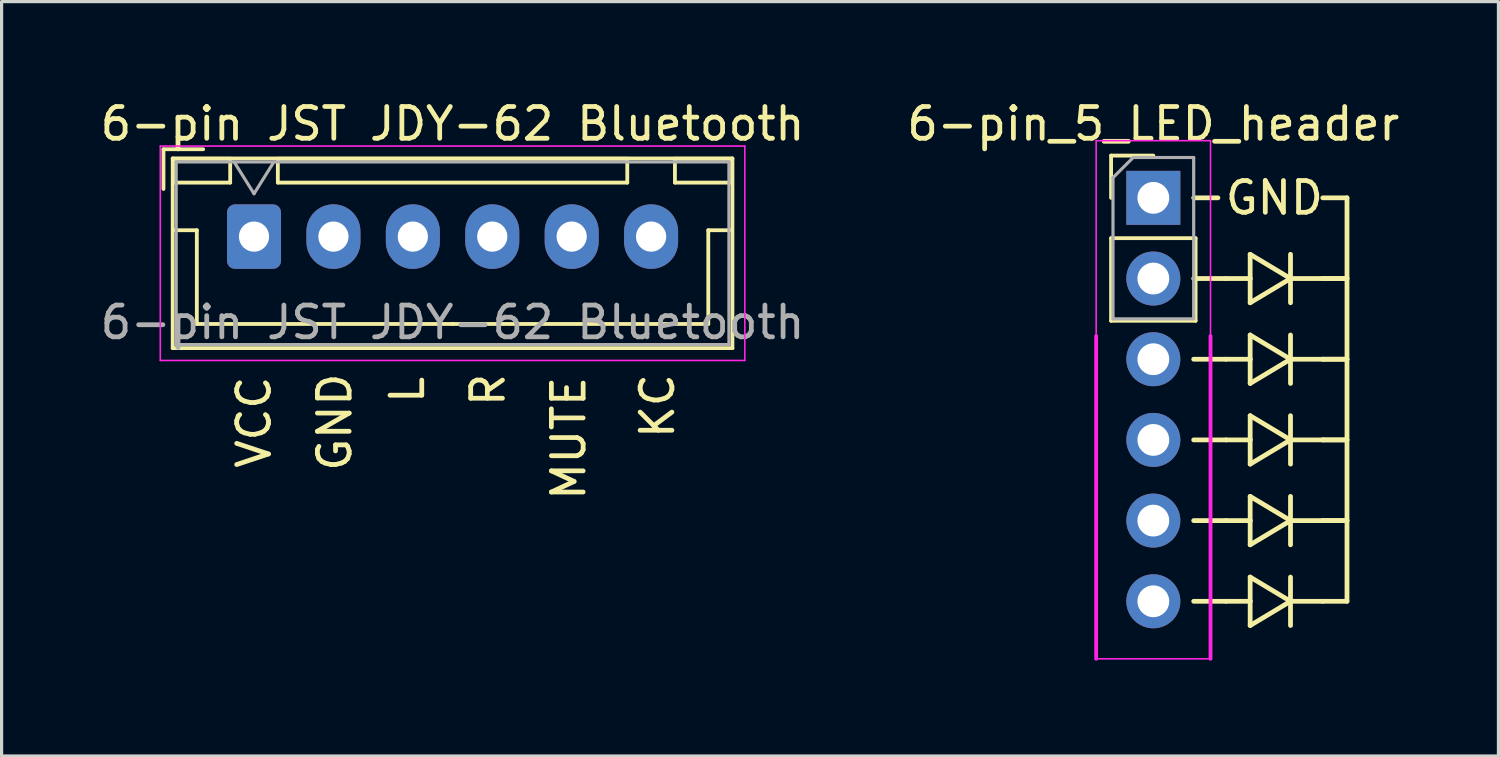
<source format=kicad_pcb>
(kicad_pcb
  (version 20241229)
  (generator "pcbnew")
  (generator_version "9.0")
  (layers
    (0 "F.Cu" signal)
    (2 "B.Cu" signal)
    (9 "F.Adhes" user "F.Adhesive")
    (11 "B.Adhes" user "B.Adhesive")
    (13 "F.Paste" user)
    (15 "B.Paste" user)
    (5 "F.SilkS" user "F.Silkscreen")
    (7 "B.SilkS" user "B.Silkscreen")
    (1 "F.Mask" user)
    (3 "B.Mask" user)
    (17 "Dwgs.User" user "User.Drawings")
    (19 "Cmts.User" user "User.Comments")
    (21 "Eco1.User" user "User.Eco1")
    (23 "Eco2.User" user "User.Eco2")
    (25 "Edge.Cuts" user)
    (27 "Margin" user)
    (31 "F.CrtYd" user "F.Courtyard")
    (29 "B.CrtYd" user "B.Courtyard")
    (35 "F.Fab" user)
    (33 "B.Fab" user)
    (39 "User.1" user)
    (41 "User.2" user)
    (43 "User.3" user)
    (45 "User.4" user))
  (footprint "6-pin JST JDY-62 Bluetooth"
    (layer "F.Cu")
    (at 4.946 4.398)
    (property "Reference" "6-pin JST JDY-62 Bluetooth" (at 6.25 -3.55 0) (layer "F.SilkS") (effects (font (size 1 1) (thickness 0.15))))
    (attr through_hole)
    (fp_line (start -2.85 -2.75) (end -2.85 -1.5) (stroke (width 0.12) (type solid)) (layer "F.SilkS"))
    (fp_line (start -2.56 -2.46) (end -2.56 3.51) (stroke (width 0.12) (type solid)) (layer "F.SilkS"))
    (fp_line (start -2.56 3.51) (end 15.06 3.51) (stroke (width 0.12) (type solid)) (layer "F.SilkS"))
    (fp_line (start -2.55 -2.45) (end -2.55 -1.7) (stroke (width 0.12) (type solid)) (layer "F.SilkS"))
    (fp_line (start -2.55 -1.7) (end -0.75 -1.7) (stroke (width 0.12) (type solid)) (layer "F.SilkS"))
    (fp_line (start -2.55 -0.2) (end -1.8 -0.2) (stroke (width 0.12) (type solid)) (layer "F.SilkS"))
    (fp_line (start -1.8 -0.2) (end -1.8 2.75) (stroke (width 0.12) (type solid)) (layer "F.SilkS"))
    (fp_line (start -1.8 2.75) (end 6.25 2.75) (stroke (width 0.12) (type solid)) (layer "F.SilkS"))
    (fp_line (start -1.6 -2.75) (end -2.85 -2.75) (stroke (width 0.12) (type solid)) (layer "F.SilkS"))
    (fp_line (start -0.75 -2.45) (end -2.55 -2.45) (stroke (width 0.12) (type solid)) (layer "F.SilkS"))
    (fp_line (start -0.75 -1.7) (end -0.75 -2.45) (stroke (width 0.12) (type solid)) (layer "F.SilkS"))
    (fp_line (start 0.75 -2.45) (end 0.75 -1.7) (stroke (width 0.12) (type solid)) (layer "F.SilkS"))
    (fp_line (start 0.75 -1.7) (end 11.75 -1.7) (stroke (width 0.12) (type solid)) (layer "F.SilkS"))
    (fp_line (start 11.75 -2.45) (end 0.75 -2.45) (stroke (width 0.12) (type solid)) (layer "F.SilkS"))
    (fp_line (start 11.75 -1.7) (end 11.75 -2.45) (stroke (width 0.12) (type solid)) (layer "F.SilkS"))
    (fp_line (start 13.25 -2.45) (end 13.25 -1.7) (stroke (width 0.12) (type solid)) (layer "F.SilkS"))
    (fp_line (start 13.25 -1.7) (end 15.05 -1.7) (stroke (width 0.12) (type solid)) (layer "F.SilkS"))
    (fp_line (start 14.3 -0.2) (end 14.3 2.75) (stroke (width 0.12) (type solid)) (layer "F.SilkS"))
    (fp_line (start 14.3 2.75) (end 6.25 2.75) (stroke (width 0.12) (type solid)) (layer "F.SilkS"))
    (fp_line (start 15.05 -2.45) (end 13.25 -2.45) (stroke (width 0.12) (type solid)) (layer "F.SilkS"))
    (fp_line (start 15.05 -1.7) (end 15.05 -2.45) (stroke (width 0.12) (type solid)) (layer "F.SilkS"))
    (fp_line (start 15.05 -0.2) (end 14.3 -0.2) (stroke (width 0.12) (type solid)) (layer "F.SilkS"))
    (fp_line (start 15.06 -2.46) (end -2.56 -2.46) (stroke (width 0.12) (type solid)) (layer "F.SilkS"))
    (fp_line (start 15.06 3.51) (end 15.06 -2.46) (stroke (width 0.12) (type solid)) (layer "F.SilkS"))
    (fp_line (start -2.95 -2.85) (end -2.95 3.9) (stroke (width 0.05) (type solid)) (layer "F.CrtYd"))
    (fp_line (start -2.95 3.9) (end 15.45 3.9) (stroke (width 0.05) (type solid)) (layer "F.CrtYd"))
    (fp_line (start 15.45 -2.85) (end -2.95 -2.85) (stroke (width 0.05) (type solid)) (layer "F.CrtYd"))
    (fp_line (start 15.45 3.9) (end 15.45 -2.85) (stroke (width 0.05) (type solid)) (layer "F.CrtYd"))
    (fp_line (start -2.45 -2.35) (end -2.45 3.4) (stroke (width 0.1) (type solid)) (layer "F.Fab"))
    (fp_line (start -2.45 3.4) (end 14.95 3.4) (stroke (width 0.1) (type solid)) (layer "F.Fab"))
    (fp_line (start -0.625 -2.35) (end 0 -1.35) (stroke (width 0.1) (type solid)) (layer "F.Fab"))
    (fp_line (start 0 -1.35) (end 0.625 -2.35) (stroke (width 0.1) (type solid)) (layer "F.Fab"))
    (fp_line (start 14.95 -2.35) (end -2.45 -2.35) (stroke (width 0.1) (type solid)) (layer "F.Fab"))
    (fp_line (start 14.95 3.4) (end 14.95 -2.35) (stroke (width 0.1) (type solid)) (layer "F.Fab"))
    (fp_text user "MUTE" (at 9.906 6.35 90) (unlocked yes) (layer "F.SilkS") (effects (font (size 1 1) (thickness 0.15))))
    (fp_text user "KC" (at 12.7 5.334 90) (unlocked yes) (layer "F.SilkS") (effects (font (size 1 1) (thickness 0.15))))
    (fp_text user "R" (at 7.366 4.826 90) (unlocked yes) (layer "F.SilkS") (effects (font (size 1 1) (thickness 0.15))))
    (fp_text user "GND" (at 2.54 5.842 90) (unlocked yes) (layer "F.SilkS") (effects (font (size 1 1) (thickness 0.15))))
    (fp_text user "VCC" (at 0 5.842 90) (unlocked yes) (layer "F.SilkS") (effects (font (size 1 1) (thickness 0.15))))
    (fp_text user "L" (at 4.826 4.826 90) (unlocked yes) (layer "F.SilkS") (effects (font (size 1 1) (thickness 0.15))))
    (fp_text user "${REFERENCE}" (at 6.25 2.7 0) (layer "F.Fab") (effects (font (size 1 1) (thickness 0.15))))
    (pad "1" thru_hole roundrect (at 0 0) (size 1.7 2.032) (drill 0.95) (layers "*.Cu" "*.Mask") (roundrect_rratio 0.147))
    (pad "2" thru_hole oval (at 2.5 0) (size 1.7 2.032) (drill 0.95) (layers "*.Cu" "*.Mask"))
    (pad "3" thru_hole oval (at 5 0) (size 1.7 2.032) (drill 0.95) (layers "*.Cu" "*.Mask"))
    (pad "4" thru_hole oval (at 7.5 0) (size 1.7 2.032) (drill 0.95) (layers "*.Cu" "*.Mask"))
    (pad "5" thru_hole oval (at 10 0) (size 1.7 2.032) (drill 0.95) (layers "*.Cu" "*.Mask"))
    (pad "6" thru_hole oval (at 12.5 0) (size 1.7 2.032) (drill 0.95) (layers "*.Cu" "*.Mask")))
  (footprint "6-pin_5_LED_header"
    (layer "F.Cu")
    (at 33.256 3.178)
    (property "Reference" "6-pin_5_LED_header" (at 0 -2.33 0) (layer "F.SilkS") (effects (font (size 1 1) (thickness 0.15))))
    (attr through_hole)
    (fp_line (start -1.33 -1.33) (end 0 -1.33) (stroke (width 0.12) (type solid)) (layer "F.SilkS"))
    (fp_line (start -1.33 0) (end -1.33 -1.33) (stroke (width 0.12) (type solid)) (layer "F.SilkS"))
    (fp_line (start -1.33 1.27) (end -1.33 3.87) (stroke (width 0.12) (type solid)) (layer "F.SilkS"))
    (fp_line (start -1.33 1.27) (end 1.33 1.27) (stroke (width 0.12) (type solid)) (layer "F.SilkS"))
    (fp_line (start -1.33 3.87) (end 1.33 3.87) (stroke (width 0.12) (type solid)) (layer "F.SilkS"))
    (fp_line (start 1.27 0) (end 2.032 0) (stroke (width 0.15) (type solid)) (layer "F.SilkS"))
    (fp_line (start 1.27 2.54) (end 2.286 2.54) (stroke (width 0.15) (type solid)) (layer "F.SilkS"))
    (fp_line (start 1.27 5.08) (end 2.286 5.08) (stroke (width 0.15) (type solid)) (layer "F.SilkS"))
    (fp_line (start 1.27 7.62) (end 2.286 7.62) (stroke (width 0.15) (type solid)) (layer "F.SilkS"))
    (fp_line (start 1.27 10.16) (end 2.286 10.16) (stroke (width 0.15) (type solid)) (layer "F.SilkS"))
    (fp_line (start 1.33 1.27) (end 1.33 3.87) (stroke (width 0.12) (type solid)) (layer "F.SilkS"))
    (fp_line (start 2.286 12.7) (end 1.27 12.7) (stroke (width 0.15) (type solid)) (layer "F.SilkS"))
    (fp_line (start 3.048 1.778) (end 4.318 2.54) (stroke (width 0.15) (type solid)) (layer "F.SilkS"))
    (fp_line (start 3.048 2.54) (end 2.286 2.54) (stroke (width 0.15) (type solid)) (layer "F.SilkS"))
    (fp_line (start 3.048 2.54) (end 3.048 1.778) (stroke (width 0.15) (type solid)) (layer "F.SilkS"))
    (fp_line (start 3.048 3.302) (end 3.048 2.54) (stroke (width 0.15) (type solid)) (layer "F.SilkS"))
    (fp_line (start 3.048 4.318) (end 4.318 5.08) (stroke (width 0.15) (type solid)) (layer "F.SilkS"))
    (fp_line (start 3.048 5.08) (end 2.286 5.08) (stroke (width 0.15) (type solid)) (layer "F.SilkS"))
    (fp_line (start 3.048 5.08) (end 3.048 4.318) (stroke (width 0.15) (type solid)) (layer "F.SilkS"))
    (fp_line (start 3.048 5.842) (end 3.048 5.08) (stroke (width 0.15) (type solid)) (layer "F.SilkS"))
    (fp_line (start 3.048 6.858) (end 4.318 7.62) (stroke (width 0.15) (type solid)) (layer "F.SilkS"))
    (fp_line (start 3.048 7.62) (end 2.286 7.62) (stroke (width 0.15) (type solid)) (layer "F.SilkS"))
    (fp_line (start 3.048 7.62) (end 3.048 6.858) (stroke (width 0.15) (type solid)) (layer "F.SilkS"))
    (fp_line (start 3.048 8.382) (end 3.048 7.62) (stroke (width 0.15) (type solid)) (layer "F.SilkS"))
    (fp_line (start 3.048 9.398) (end 4.318 10.16) (stroke (width 0.15) (type solid)) (layer "F.SilkS"))
    (fp_line (start 3.048 10.16) (end 2.286 10.16) (stroke (width 0.15) (type solid)) (layer "F.SilkS"))
    (fp_line (start 3.048 10.16) (end 3.048 9.398) (stroke (width 0.15) (type solid)) (layer "F.SilkS"))
    (fp_line (start 3.048 10.922) (end 3.048 10.16) (stroke (width 0.15) (type solid)) (layer "F.SilkS"))
    (fp_line (start 3.048 11.938) (end 4.318 12.7) (stroke (width 0.15) (type solid)) (layer "F.SilkS"))
    (fp_line (start 3.048 12.7) (end 2.286 12.7) (stroke (width 0.15) (type solid)) (layer "F.SilkS"))
    (fp_line (start 3.048 12.7) (end 3.048 11.938) (stroke (width 0.15) (type solid)) (layer "F.SilkS"))
    (fp_line (start 3.048 13.462) (end 3.048 12.7) (stroke (width 0.15) (type solid)) (layer "F.SilkS"))
    (fp_line (start 4.318 1.778) (end 4.318 3.302) (stroke (width 0.15) (type solid)) (layer "F.SilkS"))
    (fp_line (start 4.318 2.54) (end 3.048 3.302) (stroke (width 0.15) (type solid)) (layer "F.SilkS"))
    (fp_line (start 4.318 2.54) (end 5.334 2.54) (stroke (width 0.15) (type solid)) (layer "F.SilkS"))
    (fp_line (start 4.318 4.318) (end 4.318 5.842) (stroke (width 0.15) (type solid)) (layer "F.SilkS"))
    (fp_line (start 4.318 5.08) (end 3.048 5.842) (stroke (width 0.15) (type solid)) (layer "F.SilkS"))
    (fp_line (start 4.318 5.08) (end 5.334 5.08) (stroke (width 0.15) (type solid)) (layer "F.SilkS"))
    (fp_line (start 4.318 6.858) (end 4.318 8.382) (stroke (width 0.15) (type solid)) (layer "F.SilkS"))
    (fp_line (start 4.318 7.62) (end 3.048 8.382) (stroke (width 0.15) (type solid)) (layer "F.SilkS"))
    (fp_line (start 4.318 7.62) (end 5.334 7.62) (stroke (width 0.15) (type solid)) (layer "F.SilkS"))
    (fp_line (start 4.318 9.398) (end 4.318 10.922) (stroke (width 0.15) (type solid)) (layer "F.SilkS"))
    (fp_line (start 4.318 10.16) (end 3.048 10.922) (stroke (width 0.15) (type solid)) (layer "F.SilkS"))
    (fp_line (start 4.318 10.16) (end 5.334 10.16) (stroke (width 0.15) (type solid)) (layer "F.SilkS"))
    (fp_line (start 4.318 11.938) (end 4.318 13.462) (stroke (width 0.15) (type solid)) (layer "F.SilkS"))
    (fp_line (start 4.318 12.7) (end 3.048 13.462) (stroke (width 0.15) (type solid)) (layer "F.SilkS"))
    (fp_line (start 4.318 12.7) (end 5.334 12.7) (stroke (width 0.15) (type solid)) (layer "F.SilkS"))
    (fp_line (start 5.334 0) (end 6.096 0) (stroke (width 0.15) (type solid)) (layer "F.SilkS"))
    (fp_line (start 6.096 0) (end 6.096 12.7) (stroke (width 0.15) (type solid)) (layer "F.SilkS"))
    (fp_line (start 6.096 2.54) (end 5.334 2.54) (stroke (width 0.15) (type solid)) (layer "F.SilkS"))
    (fp_line (start 6.096 2.54) (end 5.334 2.54) (stroke (width 0.15) (type solid)) (layer "F.SilkS"))
    (fp_line (start 6.096 5.08) (end 5.334 5.08) (stroke (width 0.15) (type solid)) (layer "F.SilkS"))
    (fp_line (start 6.096 5.08) (end 5.334 5.08) (stroke (width 0.15) (type solid)) (layer "F.SilkS"))
    (fp_line (start 6.096 7.62) (end 5.334 7.62) (stroke (width 0.15) (type solid)) (layer "F.SilkS"))
    (fp_line (start 6.096 7.62) (end 5.334 7.62) (stroke (width 0.15) (type solid)) (layer "F.SilkS"))
    (fp_line (start 6.096 10.16) (end 5.334 10.16) (stroke (width 0.15) (type solid)) (layer "F.SilkS"))
    (fp_line (start 6.096 10.16) (end 5.334 10.16) (stroke (width 0.15) (type solid)) (layer "F.SilkS"))
    (fp_line (start 6.096 12.7) (end 5.334 12.7) (stroke (width 0.15) (type solid)) (layer "F.SilkS"))
    (fp_line (start -1.8 -1.8) (end -1.8 4.35) (stroke (width 0.05) (type solid)) (layer "F.CrtYd"))
    (fp_line (start -1.8 4.35) (end -1.8 14.51) (stroke (width 0.12) (type solid)) (layer "F.CrtYd"))
    (fp_line (start -1.8 14.51) (end 1.8 14.51) (stroke (width 0.05) (type solid)) (layer "F.CrtYd"))
    (fp_line (start 1.8 -1.8) (end -1.8 -1.8) (stroke (width 0.05) (type solid)) (layer "F.CrtYd"))
    (fp_line (start 1.8 4.35) (end 1.8 -1.8) (stroke (width 0.05) (type solid)) (layer "F.CrtYd"))
    (fp_line (start 1.8 14.51) (end 1.8 4.35) (stroke (width 0.12) (type solid)) (layer "F.CrtYd"))
    (fp_line (start -1.27 -0.635) (end -0.635 -1.27) (stroke (width 0.1) (type solid)) (layer "F.Fab"))
    (fp_line (start -1.27 3.81) (end -1.27 -0.635) (stroke (width 0.1) (type solid)) (layer "F.Fab"))
    (fp_line (start -0.635 -1.27) (end 1.27 -1.27) (stroke (width 0.1) (type solid)) (layer "F.Fab"))
    (fp_line (start 1.27 -1.27) (end 1.27 3.81) (stroke (width 0.1) (type solid)) (layer "F.Fab"))
    (fp_line (start 1.27 3.81) (end -1.27 3.81) (stroke (width 0.1) (type solid)) (layer "F.Fab"))
    (fp_text user "GND" (at 3.81 0 0) (layer "F.SilkS") (effects (font (size 1 1) (thickness 0.15))))
    (pad "1" thru_hole rect (at 0 0) (size 1.7 1.7) (drill 1) (layers "*.Cu" "*.Mask"))
    (pad "2" thru_hole oval (at 0 2.54) (size 1.7 1.7) (drill 1) (layers "*.Cu" "*.Mask"))
    (pad "3" thru_hole oval (at 0 5.08) (size 1.7 1.7) (drill 1) (layers "*.Cu" "*.Mask"))
    (pad "4" thru_hole oval (at 0 7.62) (size 1.7 1.7) (drill 1) (layers "*.Cu" "*.Mask"))
    (pad "5" thru_hole oval (at 0 10.16) (size 1.7 1.7) (drill 1) (layers "*.Cu" "*.Mask"))
    (pad "6" thru_hole oval (at 0 12.7) (size 1.7 1.7) (drill 1) (layers "*.Cu" "*.Mask")))
  (gr_rect
    (start -3 -3)
    (end 44.119 20.748)
    (stroke (width 0.1) (type default))
    (fill no)
    (layer "Edge.Cuts")))
</source>
